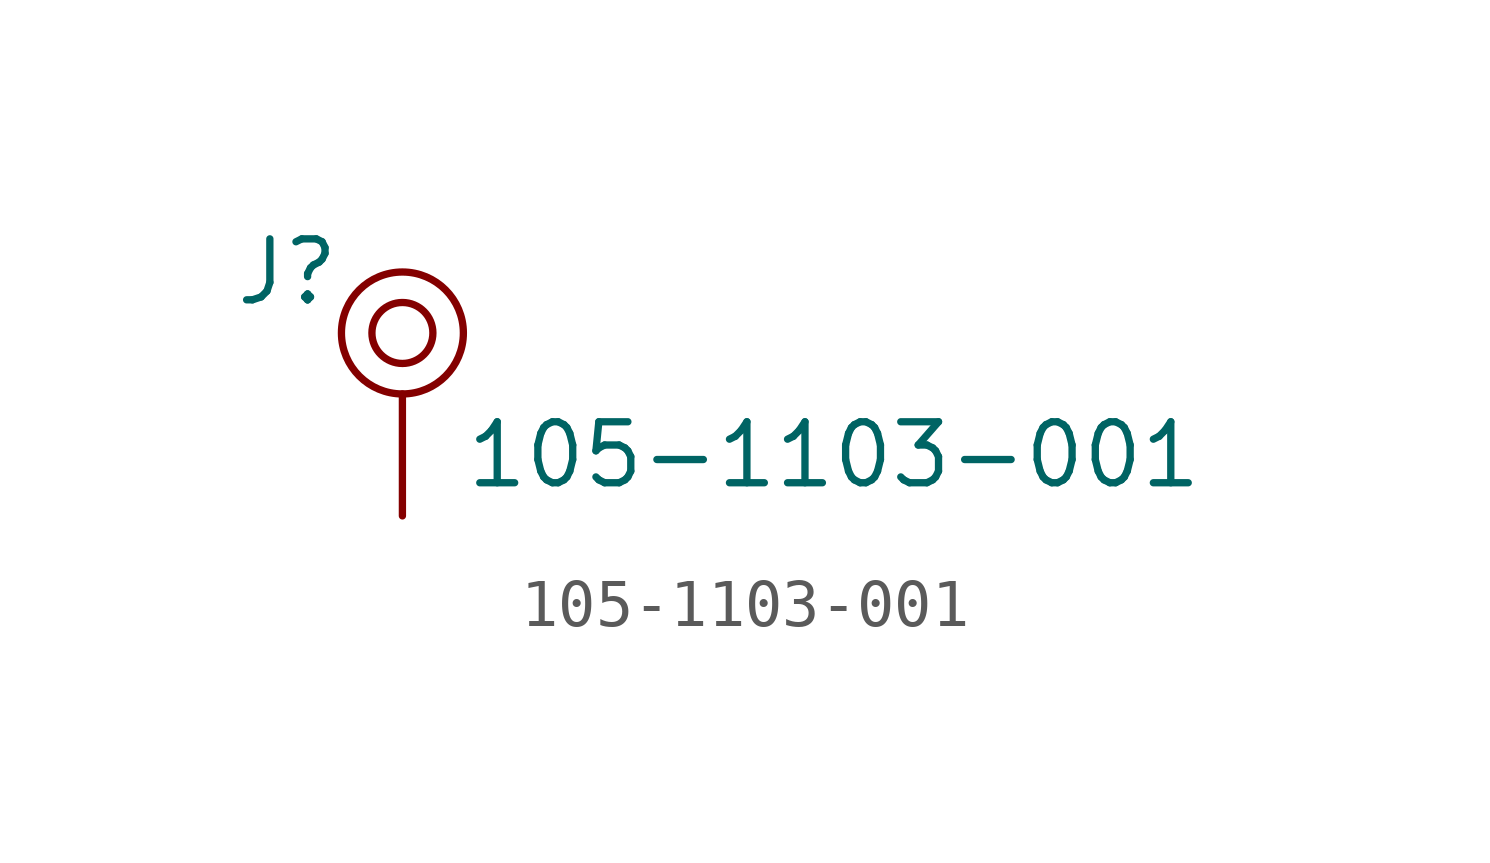
<source format=kicad_sym>
(kicad_symbol_lib
  (version 20211014)
  (generator kicad_symbol_editor)
  (symbol "105-1103-001"
    (pin_numbers hide)
    (pin_names
      (offset 1.016) hide)
    (property "Reference" "J"
      (at -1.27 1.27 0)
      (effects (font (size 1.27 1.27)) (justify right)))
    (property "Value" "105-1103-001"
      (at 1.27 -2.54 0)
      (effects (font (size 1.27 1.27)) (justify left)))
    (symbol "105-1103-001_1_1"
      (circle (center 0 0) (radius 0.635) (stroke (width 0) (type default) (color 0 0 0 0)) (fill (type none)))
      (circle (center 0 0) (radius 1.27) (stroke (width 0) (type default) (color 0 0 0 0)) (fill (type none)))
      (pin passive line (at 0 -3.81 90) (length 2.54) (name "~" (effects (font (size 1.27 1.27)))) (number "1" (effects (font (size 1.27 1.27))))))))
</source>
